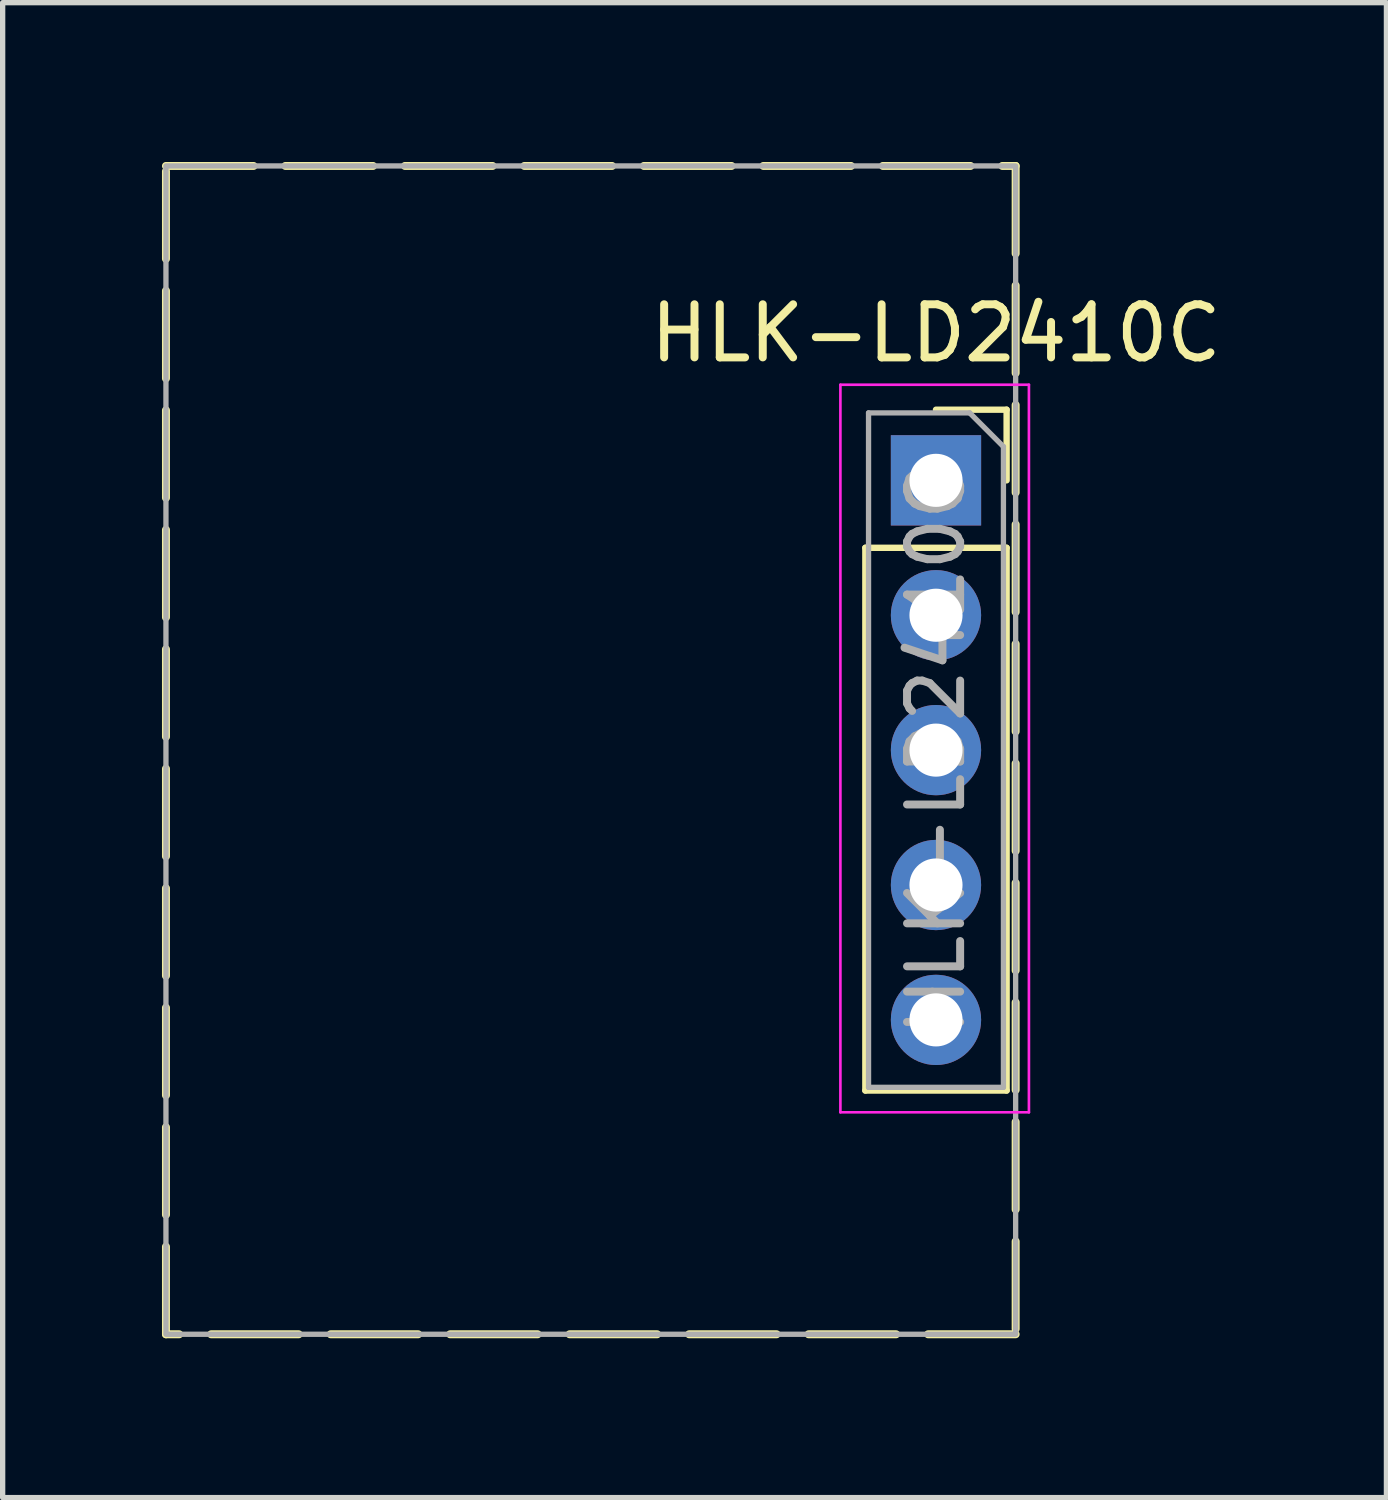
<source format=kicad_pcb>
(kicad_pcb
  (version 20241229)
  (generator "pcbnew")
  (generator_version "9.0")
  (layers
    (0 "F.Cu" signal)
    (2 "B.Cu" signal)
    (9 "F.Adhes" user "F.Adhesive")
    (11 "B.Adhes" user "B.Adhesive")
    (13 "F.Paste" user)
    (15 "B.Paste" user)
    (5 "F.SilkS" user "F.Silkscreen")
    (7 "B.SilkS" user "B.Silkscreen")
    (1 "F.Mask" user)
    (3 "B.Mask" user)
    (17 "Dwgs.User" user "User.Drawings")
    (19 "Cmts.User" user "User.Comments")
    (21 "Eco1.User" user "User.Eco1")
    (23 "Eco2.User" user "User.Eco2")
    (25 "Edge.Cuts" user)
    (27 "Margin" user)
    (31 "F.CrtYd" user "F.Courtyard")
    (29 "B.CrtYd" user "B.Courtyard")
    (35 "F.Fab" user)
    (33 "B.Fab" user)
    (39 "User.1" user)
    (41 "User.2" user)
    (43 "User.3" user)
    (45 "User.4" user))
  (footprint "HLK-LD2410C"
    (layer "F.Cu")
    (at 8.075 11.075)
    (property "Reference" "HLK-LD2410C" (at 6.5 -7.85 0) (layer "F.SilkS") (effects (font (size 1 1) (thickness 0.15))))
    (attr through_hole)
    (fp_line (start 5.17 -3.81) (end 5.17 6.41) (stroke (width 0.12) (type solid)) (layer "F.SilkS"))
    (fp_line (start 5.17 -3.81) (end 7.83 -3.81) (stroke (width 0.12) (type solid)) (layer "F.SilkS"))
    (fp_line (start 5.17 6.41) (end 7.83 6.41) (stroke (width 0.12) (type solid)) (layer "F.SilkS"))
    (fp_line (start 6.5 -6.41) (end 7.83 -6.41) (stroke (width 0.12) (type solid)) (layer "F.SilkS"))
    (fp_line (start 7.83 -6.41) (end 7.83 -5.08) (stroke (width 0.12) (type solid)) (layer "F.SilkS"))
    (fp_line (start 7.83 -3.81) (end 7.83 6.41) (stroke (width 0.12) (type solid)) (layer "F.SilkS"))
    (fp_rect (start -8 -11) (end 8 11) (stroke (width 0.15) (type dash)) (fill no) (layer "F.SilkS"))
    (fp_line (start 4.7 -6.88) (end 8.25 -6.88) (stroke (width 0.05) (type solid)) (layer "F.CrtYd"))
    (fp_line (start 4.7 6.82) (end 4.7 -6.88) (stroke (width 0.05) (type solid)) (layer "F.CrtYd"))
    (fp_line (start 8.25 -6.88) (end 8.25 6.82) (stroke (width 0.05) (type solid)) (layer "F.CrtYd"))
    (fp_line (start 8.25 6.82) (end 4.7 6.82) (stroke (width 0.05) (type solid)) (layer "F.CrtYd"))
    (fp_line (start 5.23 -6.35) (end 7.135 -6.35) (stroke (width 0.1) (type solid)) (layer "F.Fab"))
    (fp_line (start 5.23 6.35) (end 5.23 -6.35) (stroke (width 0.1) (type solid)) (layer "F.Fab"))
    (fp_line (start 7.135 -6.35) (end 7.77 -5.715) (stroke (width 0.1) (type solid)) (layer "F.Fab"))
    (fp_line (start 7.77 -5.715) (end 7.77 6.35) (stroke (width 0.1) (type solid)) (layer "F.Fab"))
    (fp_line (start 7.77 6.35) (end 5.23 6.35) (stroke (width 0.1) (type solid)) (layer "F.Fab"))
    (fp_rect (start -8 -11) (end 8 11) (stroke (width 0.1) (type default)) (fill no) (layer "F.Fab"))
    (fp_text user "${REFERENCE}" (at 6.5 0 90) (layer "F.Fab") (effects (font (size 1 1) (thickness 0.15))))
    (pad "1" thru_hole rect (at 6.5 -5.08) (size 1.7 1.7) (drill 1) (layers "*.Cu" "*.Mask"))
    (pad "2" thru_hole oval (at 6.5 -2.54) (size 1.7 1.7) (drill 1) (layers "*.Cu" "*.Mask"))
    (pad "3" thru_hole oval (at 6.5 0) (size 1.7 1.7) (drill 1) (layers "*.Cu" "*.Mask"))
    (pad "4" thru_hole oval (at 6.5 2.54) (size 1.7 1.7) (drill 1) (layers "*.Cu" "*.Mask"))
    (pad "5" thru_hole oval (at 6.5 5.08) (size 1.7 1.7) (drill 1) (layers "*.Cu" "*.Mask")))
  (gr_rect
    (start -3 -3)
    (end 23.057 25.15)
    (stroke (width 0.1) (type default))
    (fill no)
    (layer "Edge.Cuts")))
</source>
